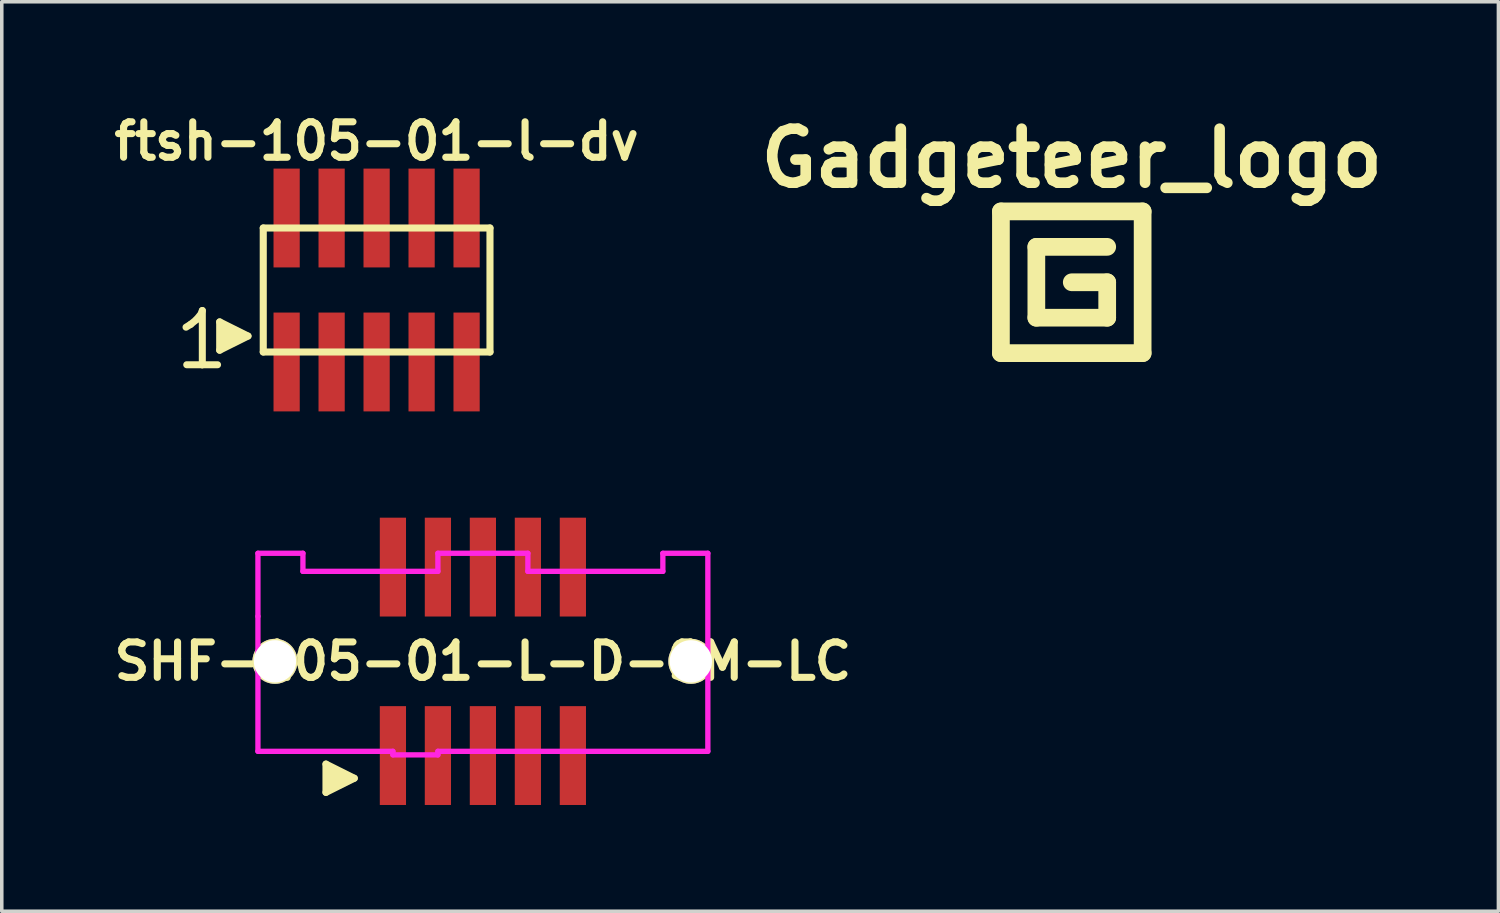
<source format=kicad_pcb>
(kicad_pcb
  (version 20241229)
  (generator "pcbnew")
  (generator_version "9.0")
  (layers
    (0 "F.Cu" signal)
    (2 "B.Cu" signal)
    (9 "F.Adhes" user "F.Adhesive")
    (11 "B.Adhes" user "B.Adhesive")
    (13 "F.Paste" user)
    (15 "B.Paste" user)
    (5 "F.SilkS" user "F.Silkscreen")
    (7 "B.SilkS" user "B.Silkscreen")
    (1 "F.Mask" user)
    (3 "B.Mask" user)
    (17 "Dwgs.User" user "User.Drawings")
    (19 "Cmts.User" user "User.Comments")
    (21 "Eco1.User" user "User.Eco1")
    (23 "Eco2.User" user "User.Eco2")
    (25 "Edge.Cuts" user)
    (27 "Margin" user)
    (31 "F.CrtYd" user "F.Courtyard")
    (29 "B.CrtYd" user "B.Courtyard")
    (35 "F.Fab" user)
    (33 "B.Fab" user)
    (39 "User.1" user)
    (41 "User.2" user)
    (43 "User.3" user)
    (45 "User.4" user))
  (footprint "ftsh-105-01-l-dv"
    (layer "F.Cu")
    (at 7.581 5.136)
    (property "Reference" "ftsh-105-01-l-dv" (at 0 -4.2 0) (layer "F.SilkS") (effects (font (size 1 1) (thickness 0.2))))
    (attr through_hole)
    (fp_line (start -5.38 1.05) (end -5.25 0.97) (stroke (width 0.198) (type solid)) (layer "F.SilkS"))
    (fp_line (start -5.25 0.97) (end -5.09 0.84) (stroke (width 0.198) (type solid)) (layer "F.SilkS"))
    (fp_line (start -5.09 0.84) (end -4.95 0.67) (stroke (width 0.198) (type solid)) (layer "F.SilkS"))
    (fp_line (start -4.95 0.67) (end -4.92 0.58) (stroke (width 0.198) (type solid)) (layer "F.SilkS"))
    (fp_line (start -4.92 0.58) (end -4.92 2.11) (stroke (width 0.198) (type solid)) (layer "F.SilkS"))
    (fp_line (start -4.92 2.11) (end -5.36 2.11) (stroke (width 0.198) (type solid)) (layer "F.SilkS"))
    (fp_line (start -4.49 2.11) (end -4.93 2.11) (stroke (width 0.198) (type solid)) (layer "F.SilkS"))
    (fp_line (start -4.43 0.9) (end -3.63 1.3) (stroke (width 0.198) (type solid)) (layer "F.SilkS"))
    (fp_line (start -4.43 1.7) (end -4.43 0.9) (stroke (width 0.198) (type solid)) (layer "F.SilkS"))
    (fp_line (start -4.33 1.6) (end -4.33 1) (stroke (width 0.198) (type solid)) (layer "F.SilkS"))
    (fp_line (start -4.23 1.1) (end -4.23 1.5) (stroke (width 0.198) (type solid)) (layer "F.SilkS"))
    (fp_line (start -4.13 1.5) (end -4.13 1.1) (stroke (width 0.198) (type solid)) (layer "F.SilkS"))
    (fp_line (start -4.03 1.2) (end -4.03 1.4) (stroke (width 0.198) (type solid)) (layer "F.SilkS"))
    (fp_line (start -3.93 1.4) (end -3.93 1.2) (stroke (width 0.198) (type solid)) (layer "F.SilkS"))
    (fp_line (start -3.63 1.3) (end -4.43 1.7) (stroke (width 0.198) (type solid)) (layer "F.SilkS"))
    (fp_line (start -3.2 -1.75) (end -3.2 1.75) (stroke (width 0.2) (type solid)) (layer "F.SilkS"))
    (fp_line (start -3.2 -1.75) (end 3.2 -1.75) (stroke (width 0.2) (type solid)) (layer "F.SilkS"))
    (fp_line (start -3.2 1.75) (end 3.2 1.75) (stroke (width 0.2) (type solid)) (layer "F.SilkS"))
    (fp_line (start 3.2 -1.75) (end 3.2 1.75) (stroke (width 0.2) (type solid)) (layer "F.SilkS"))
    (pad "1" smd rect (at -2.54 2.032) (size 0.74 2.79) (layers "F.Cu" "F.Mask" "F.Paste"))
    (pad "2" smd rect (at -2.54 -2.032) (size 0.74 2.79) (layers "F.Cu" "F.Mask" "F.Paste"))
    (pad "3" smd rect (at -1.27 2.032) (size 0.74 2.79) (layers "F.Cu" "F.Mask" "F.Paste"))
    (pad "4" smd rect (at -1.27 -2.032) (size 0.74 2.79) (layers "F.Cu" "F.Mask" "F.Paste"))
    (pad "5" smd rect (at 0 2.032) (size 0.74 2.79) (layers "F.Cu" "F.Mask" "F.Paste"))
    (pad "6" smd rect (at 0 -2.032) (size 0.74 2.79) (layers "F.Cu" "F.Mask" "F.Paste"))
    (pad "7" smd rect (at 1.27 2.032) (size 0.74 2.79) (layers "F.Cu" "F.Mask" "F.Paste"))
    (pad "8" smd rect (at 1.27 -2.032) (size 0.74 2.79) (layers "F.Cu" "F.Mask" "F.Paste"))
    (pad "9" smd rect (at 2.54 2.032) (size 0.74 2.79) (layers "F.Cu" "F.Mask" "F.Paste"))
    (pad "10" smd rect (at 2.54 -2.032) (size 0.74 2.79) (layers "F.Cu" "F.Mask" "F.Paste")))
  (footprint "Gadgeteer_logo"
    (layer "F.Cu")
    (at 27.204 4.918)
    (property "Reference" "Gadgeteer_logo" (at 0 -3.5 0) (layer "F.SilkS") (effects (font (size 1.524 1.524) (thickness 0.3))))
    (attr through_hole)
    (fp_line (start -2 -2) (end 2 -2) (stroke (width 0.5) (type solid)) (layer "F.SilkS"))
    (fp_line (start -2 2) (end -2 -2) (stroke (width 0.5) (type solid)) (layer "F.SilkS"))
    (fp_line (start -1 -1) (end -1 1) (stroke (width 0.5) (type solid)) (layer "F.SilkS"))
    (fp_line (start -1 1) (end 1 1) (stroke (width 0.5) (type solid)) (layer "F.SilkS"))
    (fp_line (start 1 -1) (end -1 -1) (stroke (width 0.5) (type solid)) (layer "F.SilkS"))
    (fp_line (start 1 0) (end 0 0) (stroke (width 0.5) (type solid)) (layer "F.SilkS"))
    (fp_line (start 1 1) (end 1 0) (stroke (width 0.5) (type solid)) (layer "F.SilkS"))
    (fp_line (start 2 -2) (end 2 2) (stroke (width 0.5) (type solid)) (layer "F.SilkS"))
    (fp_line (start 2 2) (end -2 2) (stroke (width 0.5) (type solid)) (layer "F.SilkS")))
  (footprint "SHF-105-01-L-D-SM-LC"
    (layer "F.Cu")
    (at 10.581 15.618)
    (property "Reference" "SHF-105-01-L-D-SM-LC" (at 0 0 0) (layer "F.SilkS") (effects (font (size 1 1) (thickness 0.2))))
    (attr through_hole)
    (fp_line (start -4.43 2.9) (end -3.63 3.3) (stroke (width 0.198) (type solid)) (layer "F.SilkS"))
    (fp_line (start -4.43 3.7) (end -4.43 2.9) (stroke (width 0.198) (type solid)) (layer "F.SilkS"))
    (fp_line (start -4.33 3.6) (end -4.33 3) (stroke (width 0.198) (type solid)) (layer "F.SilkS"))
    (fp_line (start -4.23 3.1) (end -4.23 3.5) (stroke (width 0.198) (type solid)) (layer "F.SilkS"))
    (fp_line (start -4.13 3.5) (end -4.13 3.1) (stroke (width 0.198) (type solid)) (layer "F.SilkS"))
    (fp_line (start -4.03 3.2) (end -4.03 3.4) (stroke (width 0.198) (type solid)) (layer "F.SilkS"))
    (fp_line (start -3.93 3.4) (end -3.93 3.2) (stroke (width 0.198) (type solid)) (layer "F.SilkS"))
    (fp_line (start -3.63 3.3) (end -4.43 3.7) (stroke (width 0.198) (type solid)) (layer "F.SilkS"))
    (fp_line (start -6.35 -3.05) (end -5.08 -3.05) (stroke (width 0.15) (type solid)) (layer "F.CrtYd"))
    (fp_line (start -6.35 -1.27) (end -6.35 -3.05) (stroke (width 0.15) (type solid)) (layer "F.CrtYd"))
    (fp_line (start -6.35 2.54) (end -6.35 -1.27) (stroke (width 0.15) (type solid)) (layer "F.CrtYd"))
    (fp_line (start -6.35 2.54) (end -2.54 2.54) (stroke (width 0.15) (type solid)) (layer "F.CrtYd"))
    (fp_line (start -5.08 -3.05) (end -5.08 -2.54) (stroke (width 0.15) (type solid)) (layer "F.CrtYd"))
    (fp_line (start -5.08 -2.54) (end -1.27 -2.54) (stroke (width 0.15) (type solid)) (layer "F.CrtYd"))
    (fp_line (start -2.54 2.54) (end -2.54 2.639) (stroke (width 0.15) (type solid)) (layer "F.CrtYd"))
    (fp_line (start -1.27 -3.05) (end 1.27 -3.05) (stroke (width 0.15) (type solid)) (layer "F.CrtYd"))
    (fp_line (start -1.27 -2.54) (end -1.27 -3.05) (stroke (width 0.15) (type solid)) (layer "F.CrtYd"))
    (fp_line (start -1.27 2.54) (end 6.35 2.54) (stroke (width 0.15) (type solid)) (layer "F.CrtYd"))
    (fp_line (start -1.27 2.64) (end -2.54 2.64) (stroke (width 0.15) (type solid)) (layer "F.CrtYd"))
    (fp_line (start -1.27 2.642) (end -1.27 2.54) (stroke (width 0.15) (type solid)) (layer "F.CrtYd"))
    (fp_line (start 1.27 -2.54) (end 1.27 -3.05) (stroke (width 0.15) (type solid)) (layer "F.CrtYd"))
    (fp_line (start 1.27 -2.54) (end 5.08 -2.54) (stroke (width 0.15) (type solid)) (layer "F.CrtYd"))
    (fp_line (start 5.08 -3.05) (end 6.35 -3.05) (stroke (width 0.15) (type solid)) (layer "F.CrtYd"))
    (fp_line (start 5.08 -2.54) (end 5.08 -3.048) (stroke (width 0.15) (type solid)) (layer "F.CrtYd"))
    (fp_line (start 6.35 -3.05) (end 6.35 2.54) (stroke (width 0.15) (type solid)) (layer "F.CrtYd"))
    (pad "" np_thru_hole circle (at -5.87 0) (size 1.27 1.27) (drill 1.194) (layers "*.Cu" "*.Mask" "F.SilkS"))
    (pad "" np_thru_hole circle (at 5.87 0) (size 1.27 1.27) (drill 1.194) (layers "*.Cu" "*.Mask" "F.SilkS"))
    (pad "1" smd rect (at -2.54 2.66) (size 0.74 2.79) (layers "F.Cu" "F.Mask" "F.Paste"))
    (pad "2" smd rect (at -2.54 -2.66) (size 0.74 2.79) (layers "F.Cu" "F.Mask" "F.Paste"))
    (pad "3" smd rect (at -1.27 2.66) (size 0.74 2.79) (layers "F.Cu" "F.Mask" "F.Paste"))
    (pad "4" smd rect (at -1.27 -2.66) (size 0.74 2.79) (layers "F.Cu" "F.Mask" "F.Paste"))
    (pad "5" smd rect (at 0 2.66 180) (size 0.74 2.79) (layers "F.Cu" "F.Mask" "F.Paste"))
    (pad "6" smd rect (at 0 -2.66) (size 0.74 2.79) (layers "F.Cu" "F.Mask" "F.Paste"))
    (pad "7" smd rect (at 1.27 2.66) (size 0.74 2.79) (layers "F.Cu" "F.Mask" "F.Paste"))
    (pad "8" smd rect (at 1.27 -2.66) (size 0.74 2.79) (layers "F.Cu" "F.Mask" "F.Paste"))
    (pad "9" smd rect (at 2.54 2.66) (size 0.74 2.79) (layers "F.Cu" "F.Mask" "F.Paste"))
    (pad "10" smd rect (at 2.54 -2.66) (size 0.74 2.79) (layers "F.Cu" "F.Mask" "F.Paste")))
  (gr_rect
    (start -3 -3)
    (end 39.247 22.673)
    (stroke (width 0.1) (type default))
    (fill no)
    (layer "Edge.Cuts")))
</source>
